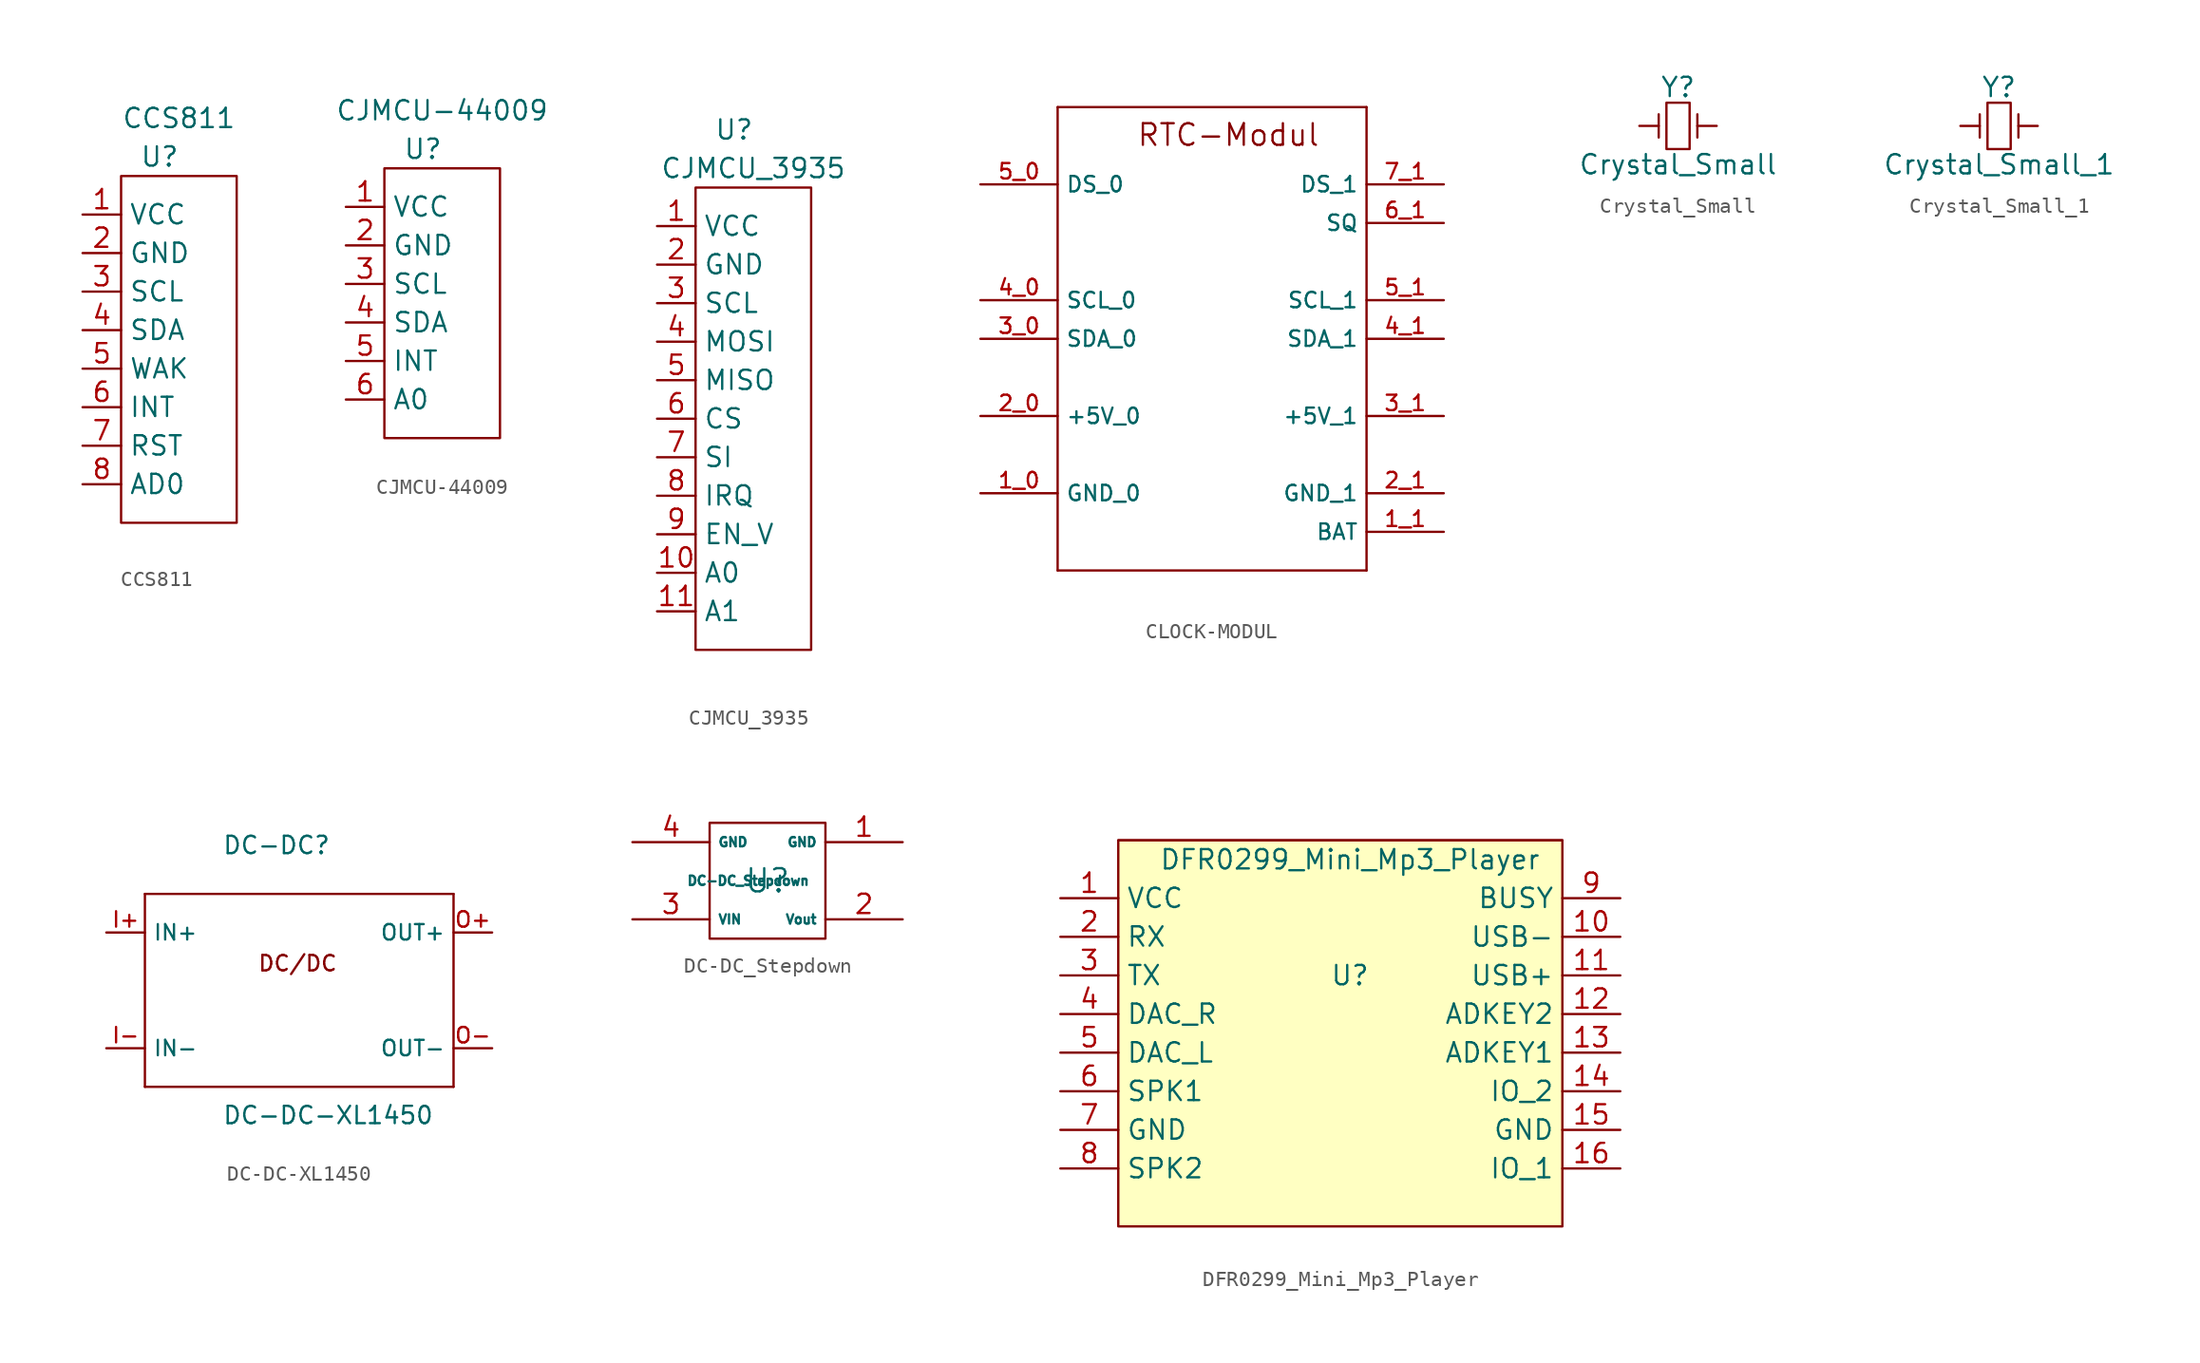
<source format=kicad_sym>
(kicad_symbol_lib
  (version 20201005)
  (generator kicad_symbol_editor)
  (symbol "Zimprich:CCS811"
    (property "Reference" "U"
      (at -1.27 11.43 0)
      (effects (font (size 1.27 1.27))))
    (property "Value" "CCS811"
      (at 0 13.97 0)
      (effects (font (size 1.27 1.27))))
    (symbol "CCS811_0_1"
      (rectangle (start -3.81 10.16) (end 3.81 -12.7) (stroke (width 0)) (fill (type none)))
      (pin input line (at -6.35 7.62 0) (length 2.54) (name "VCC" (effects (font (size 1.27 1.27)))) (number "1" (effects (font (size 1.27 1.27)))))
      (pin input line (at -6.35 5.08 0) (length 2.54) (name "GND" (effects (font (size 1.27 1.27)))) (number "2" (effects (font (size 1.27 1.27)))))
      (pin input line (at -6.35 2.54 0) (length 2.54) (name "SCL" (effects (font (size 1.27 1.27)))) (number "3" (effects (font (size 1.27 1.27)))))
      (pin input line (at -6.35 0 0) (length 2.54) (name "SDA" (effects (font (size 1.27 1.27)))) (number "4" (effects (font (size 1.27 1.27)))))
      (pin input line (at -6.35 -2.54 0) (length 2.54) (name "WAK" (effects (font (size 1.27 1.27)))) (number "5" (effects (font (size 1.27 1.27)))))
      (pin input line (at -6.35 -5.08 0) (length 2.54) (name "INT" (effects (font (size 1.27 1.27)))) (number "6" (effects (font (size 1.27 1.27)))))
      (pin input line (at -6.35 -7.62 0) (length 2.54) (name "RST" (effects (font (size 1.27 1.27)))) (number "7" (effects (font (size 1.27 1.27)))))
      (pin input line (at -6.35 -10.16 0) (length 2.54) (name "AD0" (effects (font (size 1.27 1.27)))) (number "8" (effects (font (size 1.27 1.27)))))))
  (symbol "Zimprich:CJMCU-44009"
    (property "Reference" "U"
      (at -1.27 10.16 0)
      (effects (font (size 1.27 1.27))))
    (property "Value" "CJMCU-44009"
      (at 0 12.7 0)
      (effects (font (size 1.27 1.27))))
    (symbol "CJMCU-44009_0_1"
      (rectangle (start -3.81 8.89) (end 3.81 -8.89) (stroke (width 0)) (fill (type none)))
      (pin input line (at -6.35 6.35 0) (length 2.54) (name "VCC" (effects (font (size 1.27 1.27)))) (number "1" (effects (font (size 1.27 1.27)))))
      (pin input line (at -6.35 3.81 0) (length 2.54) (name "GND" (effects (font (size 1.27 1.27)))) (number "2" (effects (font (size 1.27 1.27)))))
      (pin input line (at -6.35 1.27 0) (length 2.54) (name "SCL" (effects (font (size 1.27 1.27)))) (number "3" (effects (font (size 1.27 1.27)))))
      (pin input line (at -6.35 -1.27 0) (length 2.54) (name "SDA" (effects (font (size 1.27 1.27)))) (number "4" (effects (font (size 1.27 1.27)))))
      (pin input line (at -6.35 -3.81 0) (length 2.54) (name "INT" (effects (font (size 1.27 1.27)))) (number "5" (effects (font (size 1.27 1.27)))))
      (pin input line (at -6.35 -6.35 0) (length 2.54) (name "A0" (effects (font (size 1.27 1.27)))) (number "6" (effects (font (size 1.27 1.27)))))))
  (symbol "Zimprich:CJMCU_3935"
    (property "Reference" "U"
      (at -1.27 17.78 0)
      (effects (font (size 1.27 1.27))))
    (property "Value" "CJMCU_3935"
      (at 0 15.24 0)
      (effects (font (size 1.27 1.27))))
    (symbol "CJMCU_3935_0_1"
      (rectangle (start -3.81 13.97) (end 3.81 -16.51) (stroke (width 0)) (fill (type none)))
      (pin input line (at -6.35 11.43 0) (length 2.54) (name "VCC" (effects (font (size 1.27 1.27)))) (number "1" (effects (font (size 1.27 1.27)))))
      (pin input line (at -6.35 -11.43 0) (length 2.54) (name "A0" (effects (font (size 1.27 1.27)))) (number "10" (effects (font (size 1.27 1.27)))))
      (pin input line (at -6.35 -13.97 0) (length 2.54) (name "A1" (effects (font (size 1.27 1.27)))) (number "11" (effects (font (size 1.27 1.27)))))
      (pin input line (at -6.35 8.89 0) (length 2.54) (name "GND" (effects (font (size 1.27 1.27)))) (number "2" (effects (font (size 1.27 1.27)))))
      (pin input line (at -6.35 6.35 0) (length 2.54) (name "SCL" (effects (font (size 1.27 1.27)))) (number "3" (effects (font (size 1.27 1.27)))))
      (pin input line (at -6.35 3.81 0) (length 2.54) (name "MOSI" (effects (font (size 1.27 1.27)))) (number "4" (effects (font (size 1.27 1.27)))))
      (pin input line (at -6.35 1.27 0) (length 2.54) (name "MISO" (effects (font (size 1.27 1.27)))) (number "5" (effects (font (size 1.27 1.27)))))
      (pin input line (at -6.35 -1.27 0) (length 2.54) (name "CS" (effects (font (size 1.27 1.27)))) (number "6" (effects (font (size 1.27 1.27)))))
      (pin input line (at -6.35 -3.81 0) (length 2.54) (name "SI" (effects (font (size 1.27 1.27)))) (number "7" (effects (font (size 1.27 1.27)))))
      (pin input line (at -6.35 -6.35 0) (length 2.54) (name "IRQ" (effects (font (size 1.27 1.27)))) (number "8" (effects (font (size 1.27 1.27)))))
      (pin input line (at -6.35 -8.89 0) (length 2.54) (name "EN_V" (effects (font (size 1.27 1.27)))) (number "9" (effects (font (size 1.27 1.27)))))))
  (symbol "Zimprich:CLOCK-MODUL"
    (property "Reference" "MD"
      (at 0 0 0)
      (effects (font (size 1.143 1.143)) hide))
    (symbol "CLOCK-MODUL_1_0"
      (text "RTC-Modul" (at 1.067 13.411 0) (effects (font (size 1.422 1.422))))
      (polyline (pts (xy -10.16 -15.24) (xy -10.16 15.24)) (stroke (width 0)) (fill (type none)))
      (polyline (pts (xy -10.16 15.24) (xy 10.16 15.24)) (stroke (width 0)) (fill (type none)))
      (polyline (pts (xy 10.16 -15.24) (xy -10.16 -15.24)) (stroke (width 0)) (fill (type none)))
      (polyline (pts (xy 10.16 15.24) (xy 10.16 -15.24)) (stroke (width 0)) (fill (type none))))
    (symbol "CLOCK-MODUL_1_1"
      (pin power_in line (at -15.24 -10.16 0) (length 5.08) (name "GND_0" (effects (font (size 1.016 1.016)))) (number "1_0" (effects (font (size 1.016 1.016)))))
      (pin power_in line (at 15.24 -12.7 180) (length 5.08) (name "BAT" (effects (font (size 1.016 1.016)))) (number "1_1" (effects (font (size 1.016 1.016)))))
      (pin power_in line (at -15.24 -5.08 0) (length 5.08) (name "+5V_0" (effects (font (size 1.016 1.016)))) (number "2_0" (effects (font (size 1.016 1.016)))))
      (pin power_in line (at 15.24 -10.16 180) (length 5.08) (name "GND_1" (effects (font (size 1.016 1.016)))) (number "2_1" (effects (font (size 1.016 1.016)))))
      (pin bidirectional line (at -15.24 0 0) (length 5.08) (name "SDA_0" (effects (font (size 1.016 1.016)))) (number "3_0" (effects (font (size 1.016 1.016)))))
      (pin power_in line (at 15.24 -5.08 180) (length 5.08) (name "+5V_1" (effects (font (size 1.016 1.016)))) (number "3_1" (effects (font (size 1.016 1.016)))))
      (pin bidirectional line (at -15.24 2.54 0) (length 5.08) (name "SCL_0" (effects (font (size 1.016 1.016)))) (number "4_0" (effects (font (size 1.016 1.016)))))
      (pin bidirectional line (at 15.24 0 180) (length 5.08) (name "SDA_1" (effects (font (size 1.016 1.016)))) (number "4_1" (effects (font (size 1.016 1.016)))))
      (pin bidirectional line (at -15.24 10.16 0) (length 5.08) (name "DS_0" (effects (font (size 1.016 1.016)))) (number "5_0" (effects (font (size 1.016 1.016)))))
      (pin bidirectional line (at 15.24 2.54 180) (length 5.08) (name "SCL_1" (effects (font (size 1.016 1.016)))) (number "5_1" (effects (font (size 1.016 1.016)))))
      (pin output line (at 15.24 7.62 180) (length 5.08) (name "SQ" (effects (font (size 1.016 1.016)))) (number "6_1" (effects (font (size 1.016 1.016)))))
      (pin bidirectional line (at 15.24 10.16 180) (length 5.08) (name "DS_1" (effects (font (size 1.016 1.016)))) (number "7_1" (effects (font (size 1.016 1.016)))))))
  (symbol "Zimprich:Crystal_Small"
    (pin_numbers hide)
    (pin_names hide)
    (property "Reference" "Y"
      (at 0 2.54 0)
      (effects (font (size 1.27 1.27))))
    (property "Value" "Crystal_Small"
      (at 0 -2.54 0)
      (effects (font (size 1.27 1.27))))
    (property "Footprint" ""
      (at 0 0 0)
      (effects (font (size 1.524 1.524))))
    (property "Datasheet" ""
      (at 0 0 0)
      (effects (font (size 1.524 1.524))))
    (symbol "Crystal_Small_0_1"
      (rectangle (start -0.762 -1.524) (end 0.762 1.524) (stroke (width 0)) (fill (type none)))
      (polyline (pts (xy -1.27 -0.762) (xy -1.27 0.762)) (stroke (width 0)) (fill (type none)))
      (polyline (pts (xy 1.27 -0.762) (xy 1.27 0.762)) (stroke (width 0)) (fill (type none))))
    (symbol "Crystal_Small_1_1"
      (pin passive line (at -2.54 0 0) (length 1.27) (name "1" (effects (font (size 1.016 1.016)))) (number "1" (effects (font (size 1.016 1.016)))))
      (pin passive line (at 2.54 0 180) (length 1.27) (name "2" (effects (font (size 1.016 1.016)))) (number "2" (effects (font (size 1.016 1.016)))))))
  (symbol "Zimprich:Crystal_Small_1"
    (pin_numbers hide)
    (pin_names
      (offset 1.016) hide)
    (property "Reference" "Y"
      (at 0 2.54 0)
      (effects (font (size 1.27 1.27))))
    (property "Value" "Crystal_Small_1"
      (at 0 -2.54 0)
      (effects (font (size 1.27 1.27))))
    (property "Footprint" ""
      (at 0 0 0)
      (effects (font (size 1.524 1.524))))
    (property "Datasheet" ""
      (at 0 0 0)
      (effects (font (size 1.524 1.524))))
    (symbol "Crystal_Small_1_0_1"
      (rectangle (start -0.762 -1.524) (end 0.762 1.524) (stroke (width 0)) (fill (type none)))
      (polyline (pts (xy -1.27 -0.762) (xy -1.27 0.762)) (stroke (width 0)) (fill (type none)))
      (polyline (pts (xy 1.27 -0.762) (xy 1.27 0.762)) (stroke (width 0)) (fill (type none))))
    (symbol "Crystal_Small_1_1_1"
      (pin passive line (at -2.54 0 0) (length 1.27) (name "1" (effects (font (size 1.016 1.016)))) (number "1" (effects (font (size 1.016 1.016)))))
      (pin passive line (at 2.54 0 180) (length 1.27) (name "2" (effects (font (size 1.016 1.016)))) (number "2" (effects (font (size 1.016 1.016)))))))
  (symbol "Zimprich:DC-DC-XL1450"
    (property "Reference" "DC-DC"
      (at -5.08 15.24 0)
      (effects (font (size 1.143 1.143)) (justify left bottom)))
    (property "Value" "DC-DC-XL1450"
      (at -5.08 -2.54 0)
      (effects (font (size 1.143 1.143)) (justify left bottom)))
    (property "ki_locked" ""
      (at 0 0 0)
      (effects (font (size 1.27 1.27))))
    (symbol "DC-DC-XL1450_1_0"
      (text "DC/DC" (at -0.102 8.128 0) (effects (font (size 1.016 1.016))))
      (polyline (pts (xy -10.16 0) (xy 10.16 0)) (stroke (width 0)) (fill (type none)))
      (polyline (pts (xy -10.16 12.7) (xy -10.16 0)) (stroke (width 0)) (fill (type none)))
      (polyline (pts (xy 10.16 0) (xy 10.16 12.7)) (stroke (width 0)) (fill (type none)))
      (polyline (pts (xy 10.16 12.7) (xy -10.16 12.7)) (stroke (width 0)) (fill (type none))))
    (symbol "DC-DC-XL1450_1_1"
      (pin power_in line (at -12.7 10.16 0) (length 2.54) (name "IN+" (effects (font (size 1.016 1.016)))) (number "I+" (effects (font (size 1.016 1.016)))))
      (pin power_in line (at -12.7 2.54 0) (length 2.54) (name "IN-" (effects (font (size 1.016 1.016)))) (number "I-" (effects (font (size 1.016 1.016)))))
      (pin power_out line (at 12.7 10.16 180) (length 2.54) (name "OUT+" (effects (font (size 1.016 1.016)))) (number "O+" (effects (font (size 1.016 1.016)))))
      (pin power_out line (at 12.7 2.54 180) (length 2.54) (name "OUT-" (effects (font (size 1.016 1.016)))) (number "O-" (effects (font (size 1.016 1.016)))))))
  (symbol "Zimprich:DC-DC_Stepdown"
    (property "Reference" "U"
      (at 0 0 0)
      (effects (font (size 1.524 1.524))))
    (property "Value" "DC-DC_Stepdown"
      (at -1.27 0 0)
      (effects (font (size 0.61 0.61))))
    (property "Footprint" ""
      (at 0 0 0)
      (effects (font (size 1.524 1.524))))
    (property "Datasheet" ""
      (at 0 0 0)
      (effects (font (size 1.524 1.524))))
    (symbol "DC-DC_Stepdown_0_1"
      (rectangle (start 3.81 -3.81) (end -3.81 3.81) (stroke (width 0)) (fill (type none))))
    (symbol "DC-DC_Stepdown_1_1"
      (pin output line (at 8.89 2.54 180) (length 5.08) (name "GND" (effects (font (size 0.61 0.61)))) (number "1" (effects (font (size 1.27 1.27)))))
      (pin output line (at 8.89 -2.54 180) (length 5.08) (name "Vout" (effects (font (size 0.61 0.61)))) (number "2" (effects (font (size 1.27 1.27)))))
      (pin input line (at -8.89 -2.54 0) (length 5.08) (name "VIN" (effects (font (size 0.61 0.61)))) (number "3" (effects (font (size 1.27 1.27)))))
      (pin input line (at -8.89 2.54 0) (length 5.08) (name "GND" (effects (font (size 0.61 0.61)))) (number "4" (effects (font (size 1.27 1.27)))))))
  (symbol "Zimprich:DFR0299_Mini_Mp3_Player"
    (property "Reference" "U"
      (at 0 0 0)
      (effects (font (size 1.27 1.27))))
    (property "Value" "DFR0299_Mini_Mp3_Player"
      (at 0 7.62 0)
      (effects (font (size 1.27 1.27))))
    (symbol "DFR0299_Mini_Mp3_Player_0_1"
      (rectangle (start -15.24 8.89) (end 13.97 8.89) (stroke (width 0)) (fill (type none)))
      (rectangle (start 13.97 8.89) (end -15.24 -16.51) (stroke (width 0)) (fill (type background))))
    (symbol "DFR0299_Mini_Mp3_Player_1_1"
      (pin input line (at -19.05 5.08 0) (length 3.81) (name "VCC" (effects (font (size 1.27 1.27)))) (number "1" (effects (font (size 1.27 1.27)))))
      (pin input line (at 17.78 2.54 180) (length 3.81) (name "USB-" (effects (font (size 1.27 1.27)))) (number "10" (effects (font (size 1.27 1.27)))))
      (pin input line (at 17.78 0 180) (length 3.81) (name "USB+" (effects (font (size 1.27 1.27)))) (number "11" (effects (font (size 1.27 1.27)))))
      (pin input line (at 17.78 -2.54 180) (length 3.81) (name "ADKEY2" (effects (font (size 1.27 1.27)))) (number "12" (effects (font (size 1.27 1.27)))))
      (pin input line (at 17.78 -5.08 180) (length 3.81) (name "ADKEY1" (effects (font (size 1.27 1.27)))) (number "13" (effects (font (size 1.27 1.27)))))
      (pin input line (at 17.78 -7.62 180) (length 3.81) (name "IO_2" (effects (font (size 1.27 1.27)))) (number "14" (effects (font (size 1.27 1.27)))))
      (pin input line (at 17.78 -10.16 180) (length 3.81) (name "GND" (effects (font (size 1.27 1.27)))) (number "15" (effects (font (size 1.27 1.27)))))
      (pin input line (at 17.78 -12.7 180) (length 3.81) (name "IO_1" (effects (font (size 1.27 1.27)))) (number "16" (effects (font (size 1.27 1.27)))))
      (pin input line (at -19.05 2.54 0) (length 3.81) (name "RX" (effects (font (size 1.27 1.27)))) (number "2" (effects (font (size 1.27 1.27)))))
      (pin input line (at -19.05 0 0) (length 3.81) (name "TX" (effects (font (size 1.27 1.27)))) (number "3" (effects (font (size 1.27 1.27)))))
      (pin input line (at -19.05 -2.54 0) (length 3.81) (name "DAC_R" (effects (font (size 1.27 1.27)))) (number "4" (effects (font (size 1.27 1.27)))))
      (pin input line (at -19.05 -5.08 0) (length 3.81) (name "DAC_L" (effects (font (size 1.27 1.27)))) (number "5" (effects (font (size 1.27 1.27)))))
      (pin input line (at -19.05 -7.62 0) (length 3.81) (name "SPK1" (effects (font (size 1.27 1.27)))) (number "6" (effects (font (size 1.27 1.27)))))
      (pin input line (at -19.05 -10.16 0) (length 3.81) (name "GND" (effects (font (size 1.27 1.27)))) (number "7" (effects (font (size 1.27 1.27)))))
      (pin input line (at -19.05 -12.7 0) (length 3.81) (name "SPK2" (effects (font (size 1.27 1.27)))) (number "8" (effects (font (size 1.27 1.27)))))
      (pin input line (at 17.78 5.08 180) (length 3.81) (name "BUSY" (effects (font (size 1.27 1.27)))) (number "9" (effects (font (size 1.27 1.27))))))))
</source>
